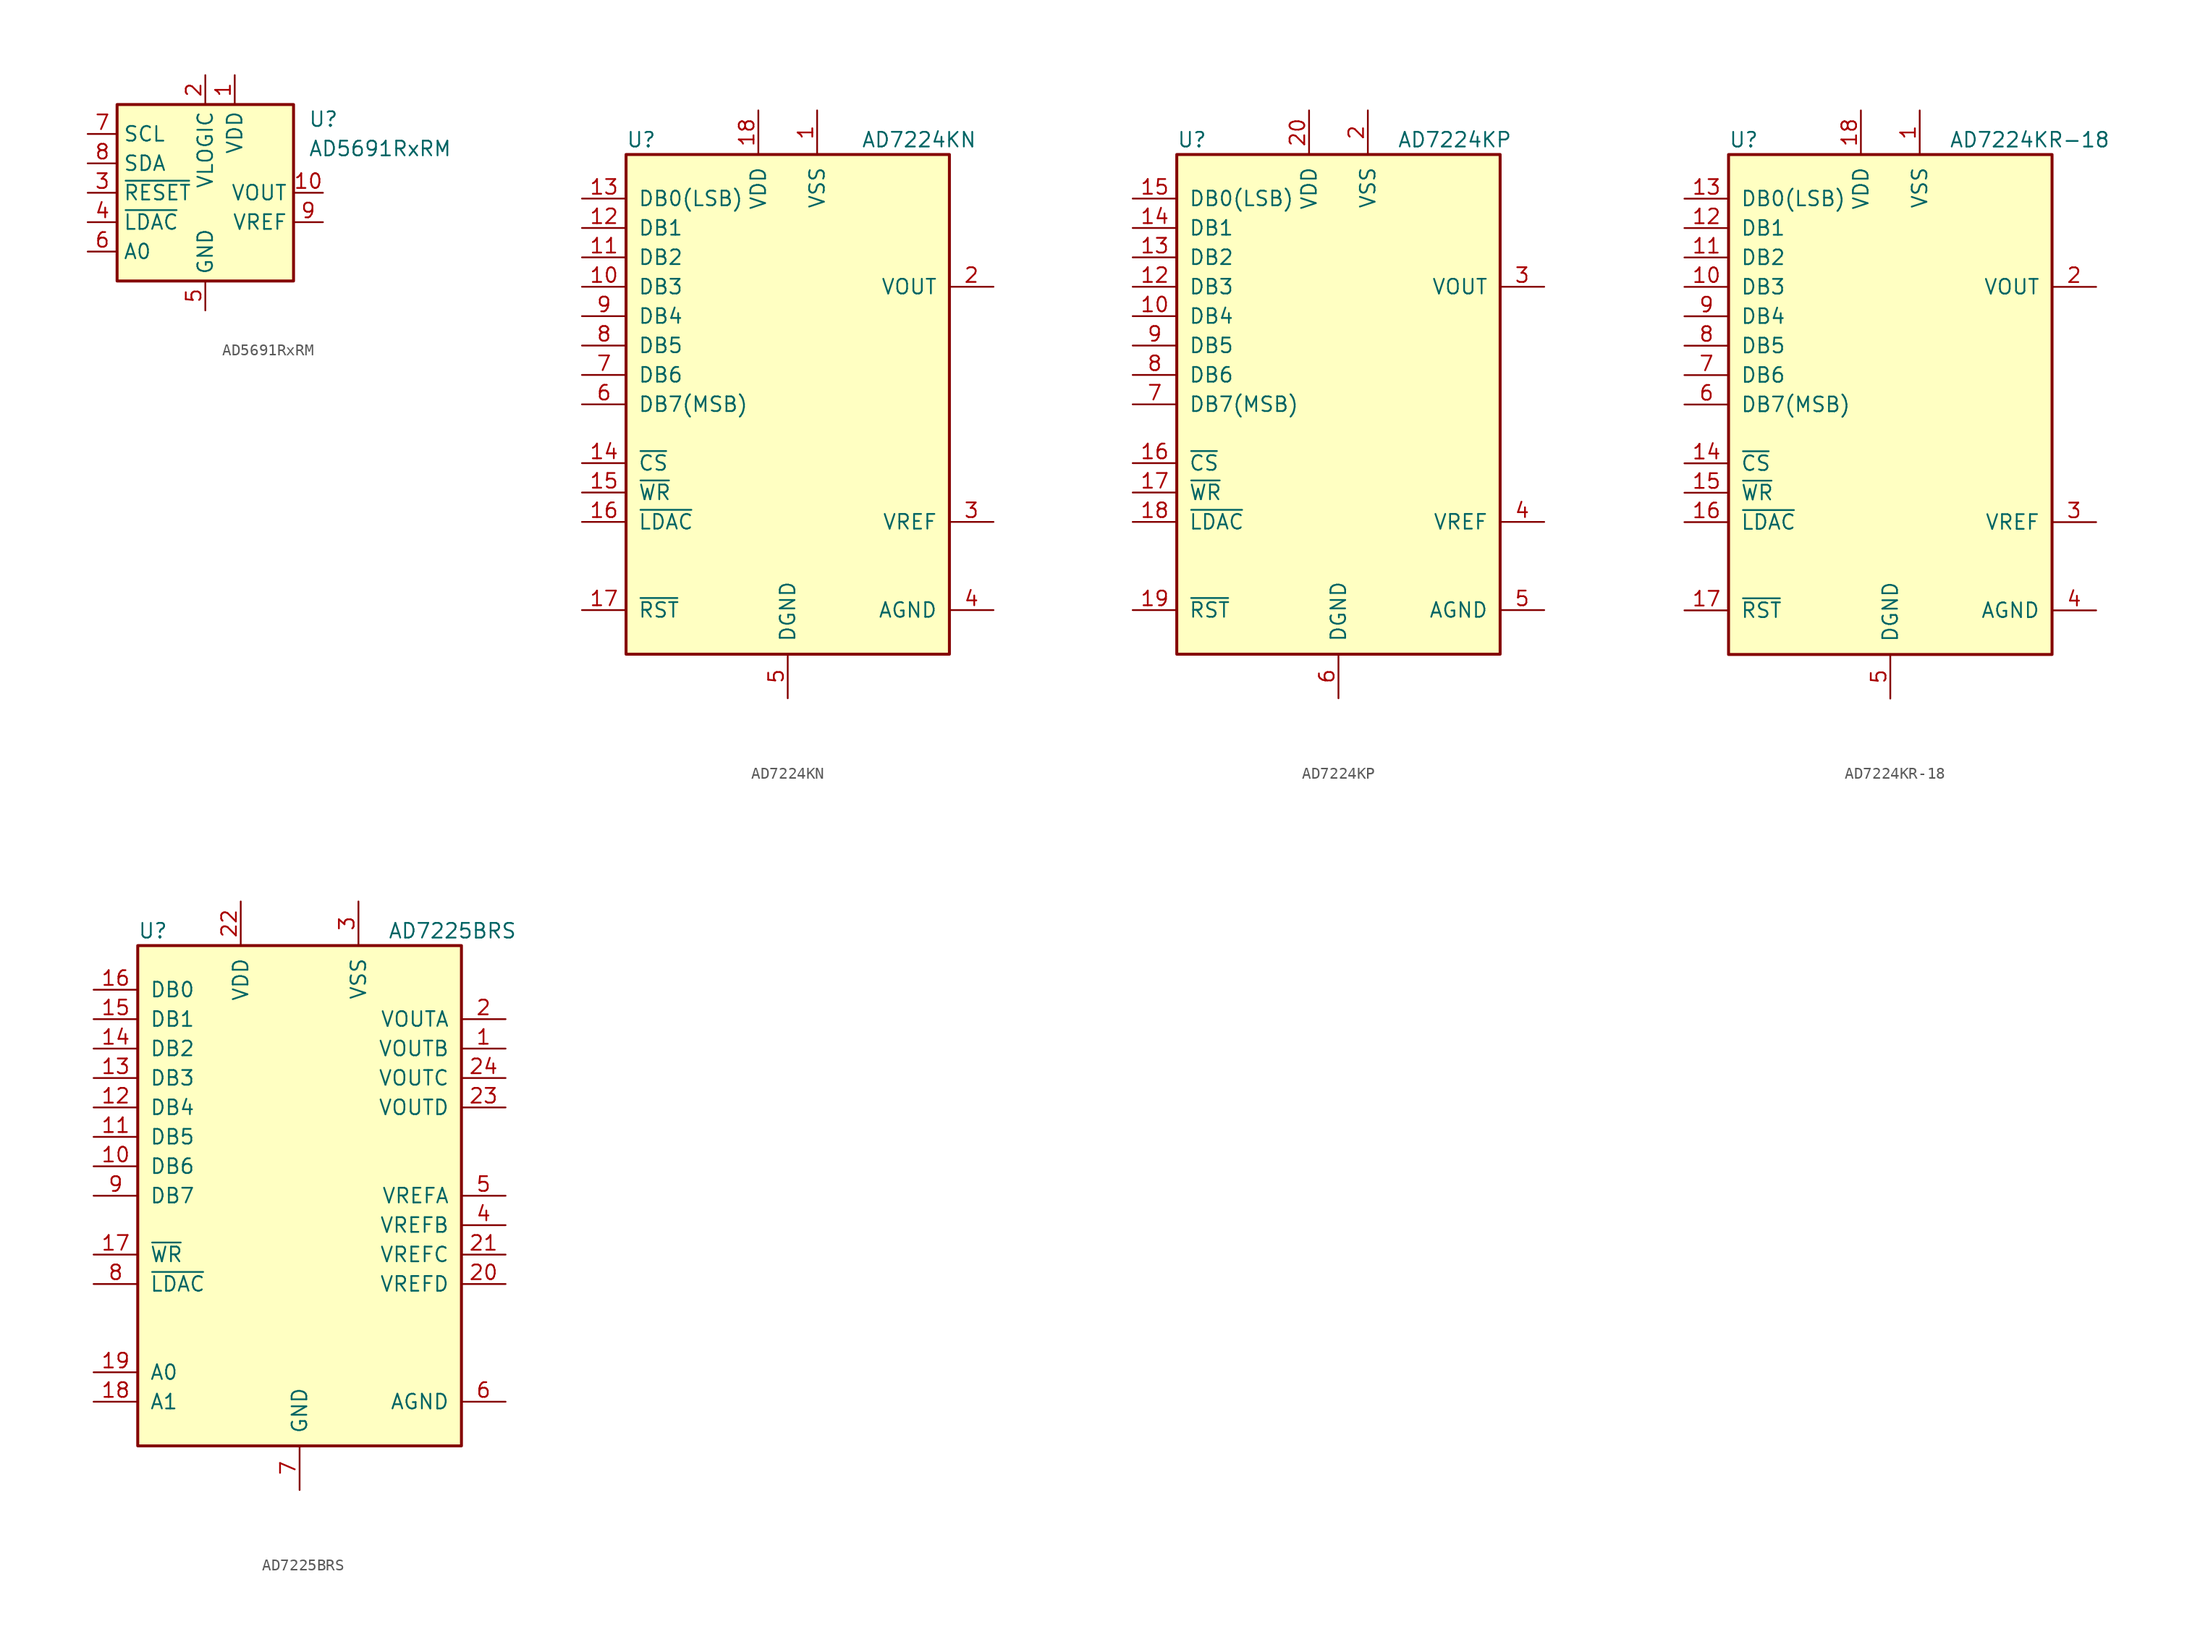
<source format=kicad_sym>
(kicad_symbol_lib
  (version 20201005)
  (generator kicad_symbol_editor)
  (symbol "AD5691RxRM"
    (property "Reference" "U"
      (at 8.89 6.35 0)
      (effects (font (size 1.27 1.27)) (justify left)))
    (property "Value" "AD5691RxRM"
      (at 8.89 3.81 0)
      (effects (font (size 1.27 1.27)) (justify left)))
    (symbol "AD5691RxRM_0_1"
      (rectangle (start -7.62 7.62) (end 7.62 -7.62) (stroke (width 0.254)) (fill (type background))))
    (symbol "AD5691RxRM_1_1"
      (pin power_in line (at 2.54 10.16 270) (length 2.54) (name "VDD" (effects (font (size 1.27 1.27)))) (number "1" (effects (font (size 1.27 1.27)))))
      (pin output line (at 10.16 0 180) (length 2.54) (name "VOUT" (effects (font (size 1.27 1.27)))) (number "10" (effects (font (size 1.27 1.27)))))
      (pin power_in line (at 0 10.16 270) (length 2.54) (name "VLOGIC" (effects (font (size 1.27 1.27)))) (number "2" (effects (font (size 1.27 1.27)))))
      (pin input line (at -10.16 0 0) (length 2.54) (name "~RESET" (effects (font (size 1.27 1.27)))) (number "3" (effects (font (size 1.27 1.27)))))
      (pin input line (at -10.16 -2.54 0) (length 2.54) (name "~LDAC" (effects (font (size 1.27 1.27)))) (number "4" (effects (font (size 1.27 1.27)))))
      (pin power_in line (at 0 -10.16 90) (length 2.54) (name "GND" (effects (font (size 1.27 1.27)))) (number "5" (effects (font (size 1.27 1.27)))))
      (pin input line (at -10.16 -5.08 0) (length 2.54) (name "A0" (effects (font (size 1.27 1.27)))) (number "6" (effects (font (size 1.27 1.27)))))
      (pin input line (at -10.16 5.08 0) (length 2.54) (name "SCL" (effects (font (size 1.27 1.27)))) (number "7" (effects (font (size 1.27 1.27)))))
      (pin bidirectional line (at -10.16 2.54 0) (length 2.54) (name "SDA" (effects (font (size 1.27 1.27)))) (number "8" (effects (font (size 1.27 1.27)))))
      (pin passive line (at 10.16 -2.54 180) (length 2.54) (name "VREF" (effects (font (size 1.27 1.27)))) (number "9" (effects (font (size 1.27 1.27)))))))
  (symbol "AD7224KN"
    (pin_names
      (offset 1.016))
    (property "Reference" "U"
      (at -13.97 22.86 0)
      (effects (font (size 1.27 1.27)) (justify left)))
    (property "Value" "AD7224KN"
      (at 6.35 22.86 0)
      (effects (font (size 1.27 1.27)) (justify left)))
    (symbol "AD7224KN_1_1"
      (rectangle (start -13.97 -21.59) (end 13.97 21.59) (stroke (width 0.254)) (fill (type background)))
      (pin power_in line (at 2.54 25.4 270) (length 3.81) (name "VSS" (effects (font (size 1.27 1.27)))) (number "1" (effects (font (size 1.27 1.27)))))
      (pin input line (at -17.78 10.16 0) (length 3.81) (name "DB3" (effects (font (size 1.27 1.27)))) (number "10" (effects (font (size 1.27 1.27)))))
      (pin input line (at -17.78 12.7 0) (length 3.81) (name "DB2" (effects (font (size 1.27 1.27)))) (number "11" (effects (font (size 1.27 1.27)))))
      (pin input line (at -17.78 15.24 0) (length 3.81) (name "DB1" (effects (font (size 1.27 1.27)))) (number "12" (effects (font (size 1.27 1.27)))))
      (pin input line (at -17.78 17.78 0) (length 3.81) (name "DB0(LSB)" (effects (font (size 1.27 1.27)))) (number "13" (effects (font (size 1.27 1.27)))))
      (pin input line (at -17.78 -5.08 0) (length 3.81) (name "~CS" (effects (font (size 1.27 1.27)))) (number "14" (effects (font (size 1.27 1.27)))))
      (pin input line (at -17.78 -7.62 0) (length 3.81) (name "~WR" (effects (font (size 1.27 1.27)))) (number "15" (effects (font (size 1.27 1.27)))))
      (pin input line (at -17.78 -10.16 0) (length 3.81) (name "~LDAC" (effects (font (size 1.27 1.27)))) (number "16" (effects (font (size 1.27 1.27)))))
      (pin input line (at -17.78 -17.78 0) (length 3.81) (name "~RST" (effects (font (size 1.27 1.27)))) (number "17" (effects (font (size 1.27 1.27)))))
      (pin power_in line (at -2.54 25.4 270) (length 3.81) (name "VDD" (effects (font (size 1.27 1.27)))) (number "18" (effects (font (size 1.27 1.27)))))
      (pin output line (at 17.78 10.16 180) (length 3.81) (name "VOUT" (effects (font (size 1.27 1.27)))) (number "2" (effects (font (size 1.27 1.27)))))
      (pin passive line (at 17.78 -10.16 180) (length 3.81) (name "VREF" (effects (font (size 1.27 1.27)))) (number "3" (effects (font (size 1.27 1.27)))))
      (pin passive line (at 17.78 -17.78 180) (length 3.81) (name "AGND" (effects (font (size 1.27 1.27)))) (number "4" (effects (font (size 1.27 1.27)))))
      (pin power_in line (at 0 -25.4 90) (length 3.81) (name "DGND" (effects (font (size 1.27 1.27)))) (number "5" (effects (font (size 1.27 1.27)))))
      (pin input line (at -17.78 0 0) (length 3.81) (name "DB7(MSB)" (effects (font (size 1.27 1.27)))) (number "6" (effects (font (size 1.27 1.27)))))
      (pin input line (at -17.78 2.54 0) (length 3.81) (name "DB6" (effects (font (size 1.27 1.27)))) (number "7" (effects (font (size 1.27 1.27)))))
      (pin input line (at -17.78 5.08 0) (length 3.81) (name "DB5" (effects (font (size 1.27 1.27)))) (number "8" (effects (font (size 1.27 1.27)))))
      (pin input line (at -17.78 7.62 0) (length 3.81) (name "DB4" (effects (font (size 1.27 1.27)))) (number "9" (effects (font (size 1.27 1.27)))))))
  (symbol "AD7224KP"
    (pin_names
      (offset 1.016))
    (property "Reference" "U"
      (at -13.97 22.86 0)
      (effects (font (size 1.27 1.27)) (justify left)))
    (property "Value" "AD7224KP"
      (at 5.08 22.86 0)
      (effects (font (size 1.27 1.27)) (justify left)))
    (symbol "AD7224KP_1_1"
      (rectangle (start -13.97 -21.59) (end 13.97 21.59) (stroke (width 0.254)) (fill (type background)))
      (pin input line (at -17.78 7.62 0) (length 3.81) (name "DB4" (effects (font (size 1.27 1.27)))) (number "10" (effects (font (size 1.27 1.27)))))
      (pin input line (at -17.78 10.16 0) (length 3.81) (name "DB3" (effects (font (size 1.27 1.27)))) (number "12" (effects (font (size 1.27 1.27)))))
      (pin input line (at -17.78 12.7 0) (length 3.81) (name "DB2" (effects (font (size 1.27 1.27)))) (number "13" (effects (font (size 1.27 1.27)))))
      (pin input line (at -17.78 15.24 0) (length 3.81) (name "DB1" (effects (font (size 1.27 1.27)))) (number "14" (effects (font (size 1.27 1.27)))))
      (pin input line (at -17.78 17.78 0) (length 3.81) (name "DB0(LSB)" (effects (font (size 1.27 1.27)))) (number "15" (effects (font (size 1.27 1.27)))))
      (pin input line (at -17.78 -5.08 0) (length 3.81) (name "~CS" (effects (font (size 1.27 1.27)))) (number "16" (effects (font (size 1.27 1.27)))))
      (pin input line (at -17.78 -7.62 0) (length 3.81) (name "~WR" (effects (font (size 1.27 1.27)))) (number "17" (effects (font (size 1.27 1.27)))))
      (pin input line (at -17.78 -10.16 0) (length 3.81) (name "~LDAC" (effects (font (size 1.27 1.27)))) (number "18" (effects (font (size 1.27 1.27)))))
      (pin input line (at -17.78 -17.78 0) (length 3.81) (name "~RST" (effects (font (size 1.27 1.27)))) (number "19" (effects (font (size 1.27 1.27)))))
      (pin power_in line (at 2.54 25.4 270) (length 3.81) (name "VSS" (effects (font (size 1.27 1.27)))) (number "2" (effects (font (size 1.27 1.27)))))
      (pin power_in line (at -2.54 25.4 270) (length 3.81) (name "VDD" (effects (font (size 1.27 1.27)))) (number "20" (effects (font (size 1.27 1.27)))))
      (pin output line (at 17.78 10.16 180) (length 3.81) (name "VOUT" (effects (font (size 1.27 1.27)))) (number "3" (effects (font (size 1.27 1.27)))))
      (pin passive line (at 17.78 -10.16 180) (length 3.81) (name "VREF" (effects (font (size 1.27 1.27)))) (number "4" (effects (font (size 1.27 1.27)))))
      (pin passive line (at 17.78 -17.78 180) (length 3.81) (name "AGND" (effects (font (size 1.27 1.27)))) (number "5" (effects (font (size 1.27 1.27)))))
      (pin power_in line (at 0 -25.4 90) (length 3.81) (name "DGND" (effects (font (size 1.27 1.27)))) (number "6" (effects (font (size 1.27 1.27)))))
      (pin input line (at -17.78 0 0) (length 3.81) (name "DB7(MSB)" (effects (font (size 1.27 1.27)))) (number "7" (effects (font (size 1.27 1.27)))))
      (pin input line (at -17.78 2.54 0) (length 3.81) (name "DB6" (effects (font (size 1.27 1.27)))) (number "8" (effects (font (size 1.27 1.27)))))
      (pin input line (at -17.78 5.08 0) (length 3.81) (name "DB5" (effects (font (size 1.27 1.27)))) (number "9" (effects (font (size 1.27 1.27)))))))
  (symbol "AD7224KR-18"
    (pin_names
      (offset 1.016))
    (property "Reference" "U"
      (at -13.97 22.86 0)
      (effects (font (size 1.27 1.27)) (justify left)))
    (property "Value" "AD7224KR-18"
      (at 5.08 22.86 0)
      (effects (font (size 1.27 1.27)) (justify left)))
    (symbol "AD7224KR-18_1_1"
      (rectangle (start -13.97 -21.59) (end 13.97 21.59) (stroke (width 0.254)) (fill (type background)))
      (pin power_in line (at 2.54 25.4 270) (length 3.81) (name "VSS" (effects (font (size 1.27 1.27)))) (number "1" (effects (font (size 1.27 1.27)))))
      (pin input line (at -17.78 10.16 0) (length 3.81) (name "DB3" (effects (font (size 1.27 1.27)))) (number "10" (effects (font (size 1.27 1.27)))))
      (pin input line (at -17.78 12.7 0) (length 3.81) (name "DB2" (effects (font (size 1.27 1.27)))) (number "11" (effects (font (size 1.27 1.27)))))
      (pin input line (at -17.78 15.24 0) (length 3.81) (name "DB1" (effects (font (size 1.27 1.27)))) (number "12" (effects (font (size 1.27 1.27)))))
      (pin input line (at -17.78 17.78 0) (length 3.81) (name "DB0(LSB)" (effects (font (size 1.27 1.27)))) (number "13" (effects (font (size 1.27 1.27)))))
      (pin input line (at -17.78 -5.08 0) (length 3.81) (name "~CS" (effects (font (size 1.27 1.27)))) (number "14" (effects (font (size 1.27 1.27)))))
      (pin input line (at -17.78 -7.62 0) (length 3.81) (name "~WR" (effects (font (size 1.27 1.27)))) (number "15" (effects (font (size 1.27 1.27)))))
      (pin input line (at -17.78 -10.16 0) (length 3.81) (name "~LDAC" (effects (font (size 1.27 1.27)))) (number "16" (effects (font (size 1.27 1.27)))))
      (pin input line (at -17.78 -17.78 0) (length 3.81) (name "~RST" (effects (font (size 1.27 1.27)))) (number "17" (effects (font (size 1.27 1.27)))))
      (pin power_in line (at -2.54 25.4 270) (length 3.81) (name "VDD" (effects (font (size 1.27 1.27)))) (number "18" (effects (font (size 1.27 1.27)))))
      (pin output line (at 17.78 10.16 180) (length 3.81) (name "VOUT" (effects (font (size 1.27 1.27)))) (number "2" (effects (font (size 1.27 1.27)))))
      (pin passive line (at 17.78 -10.16 180) (length 3.81) (name "VREF" (effects (font (size 1.27 1.27)))) (number "3" (effects (font (size 1.27 1.27)))))
      (pin passive line (at 17.78 -17.78 180) (length 3.81) (name "AGND" (effects (font (size 1.27 1.27)))) (number "4" (effects (font (size 1.27 1.27)))))
      (pin power_in line (at 0 -25.4 90) (length 3.81) (name "DGND" (effects (font (size 1.27 1.27)))) (number "5" (effects (font (size 1.27 1.27)))))
      (pin input line (at -17.78 0 0) (length 3.81) (name "DB7(MSB)" (effects (font (size 1.27 1.27)))) (number "6" (effects (font (size 1.27 1.27)))))
      (pin input line (at -17.78 2.54 0) (length 3.81) (name "DB6" (effects (font (size 1.27 1.27)))) (number "7" (effects (font (size 1.27 1.27)))))
      (pin input line (at -17.78 5.08 0) (length 3.81) (name "DB5" (effects (font (size 1.27 1.27)))) (number "8" (effects (font (size 1.27 1.27)))))
      (pin input line (at -17.78 7.62 0) (length 3.81) (name "DB4" (effects (font (size 1.27 1.27)))) (number "9" (effects (font (size 1.27 1.27)))))))
  (symbol "AD7225BRS"
    (pin_names
      (offset 1.016))
    (property "Reference" "U"
      (at -13.97 22.86 0)
      (effects (font (size 1.27 1.27)) (justify left)))
    (property "Value" "AD7225BRS"
      (at 7.62 22.86 0)
      (effects (font (size 1.27 1.27)) (justify left)))
    (symbol "AD7225BRS_0_1"
      (rectangle (start -13.97 -21.59) (end 13.97 21.59) (stroke (width 0.254)) (fill (type background))))
    (symbol "AD7225BRS_1_1"
      (pin output line (at 17.78 12.7 180) (length 3.81) (name "VOUTB" (effects (font (size 1.27 1.27)))) (number "1" (effects (font (size 1.27 1.27)))))
      (pin input line (at -17.78 2.54 0) (length 3.81) (name "DB6" (effects (font (size 1.27 1.27)))) (number "10" (effects (font (size 1.27 1.27)))))
      (pin input line (at -17.78 5.08 0) (length 3.81) (name "DB5" (effects (font (size 1.27 1.27)))) (number "11" (effects (font (size 1.27 1.27)))))
      (pin input line (at -17.78 7.62 0) (length 3.81) (name "DB4" (effects (font (size 1.27 1.27)))) (number "12" (effects (font (size 1.27 1.27)))))
      (pin input line (at -17.78 10.16 0) (length 3.81) (name "DB3" (effects (font (size 1.27 1.27)))) (number "13" (effects (font (size 1.27 1.27)))))
      (pin input line (at -17.78 12.7 0) (length 3.81) (name "DB2" (effects (font (size 1.27 1.27)))) (number "14" (effects (font (size 1.27 1.27)))))
      (pin input line (at -17.78 15.24 0) (length 3.81) (name "DB1" (effects (font (size 1.27 1.27)))) (number "15" (effects (font (size 1.27 1.27)))))
      (pin input line (at -17.78 17.78 0) (length 3.81) (name "DB0" (effects (font (size 1.27 1.27)))) (number "16" (effects (font (size 1.27 1.27)))))
      (pin input line (at -17.78 -5.08 0) (length 3.81) (name "~WR" (effects (font (size 1.27 1.27)))) (number "17" (effects (font (size 1.27 1.27)))))
      (pin input line (at -17.78 -17.78 0) (length 3.81) (name "A1" (effects (font (size 1.27 1.27)))) (number "18" (effects (font (size 1.27 1.27)))))
      (pin input line (at -17.78 -15.24 0) (length 3.81) (name "A0" (effects (font (size 1.27 1.27)))) (number "19" (effects (font (size 1.27 1.27)))))
      (pin output line (at 17.78 15.24 180) (length 3.81) (name "VOUTA" (effects (font (size 1.27 1.27)))) (number "2" (effects (font (size 1.27 1.27)))))
      (pin input line (at 17.78 -7.62 180) (length 3.81) (name "VREFD" (effects (font (size 1.27 1.27)))) (number "20" (effects (font (size 1.27 1.27)))))
      (pin input line (at 17.78 -5.08 180) (length 3.81) (name "VREFC" (effects (font (size 1.27 1.27)))) (number "21" (effects (font (size 1.27 1.27)))))
      (pin power_in line (at -5.08 25.4 270) (length 3.81) (name "VDD" (effects (font (size 1.27 1.27)))) (number "22" (effects (font (size 1.27 1.27)))))
      (pin output line (at 17.78 7.62 180) (length 3.81) (name "VOUTD" (effects (font (size 1.27 1.27)))) (number "23" (effects (font (size 1.27 1.27)))))
      (pin output line (at 17.78 10.16 180) (length 3.81) (name "VOUTC" (effects (font (size 1.27 1.27)))) (number "24" (effects (font (size 1.27 1.27)))))
      (pin power_in line (at 5.08 25.4 270) (length 3.81) (name "VSS" (effects (font (size 1.27 1.27)))) (number "3" (effects (font (size 1.27 1.27)))))
      (pin input line (at 17.78 -2.54 180) (length 3.81) (name "VREFB" (effects (font (size 1.27 1.27)))) (number "4" (effects (font (size 1.27 1.27)))))
      (pin input line (at 17.78 0 180) (length 3.81) (name "VREFA" (effects (font (size 1.27 1.27)))) (number "5" (effects (font (size 1.27 1.27)))))
      (pin input line (at 17.78 -17.78 180) (length 3.81) (name "AGND" (effects (font (size 1.27 1.27)))) (number "6" (effects (font (size 1.27 1.27)))))
      (pin power_in line (at 0 -25.4 90) (length 3.81) (name "GND" (effects (font (size 1.27 1.27)))) (number "7" (effects (font (size 1.27 1.27)))))
      (pin input line (at -17.78 -7.62 0) (length 3.81) (name "~LDAC" (effects (font (size 1.27 1.27)))) (number "8" (effects (font (size 1.27 1.27)))))
      (pin input line (at -17.78 0 0) (length 3.81) (name "DB7" (effects (font (size 1.27 1.27)))) (number "9" (effects (font (size 1.27 1.27))))))))
</source>
